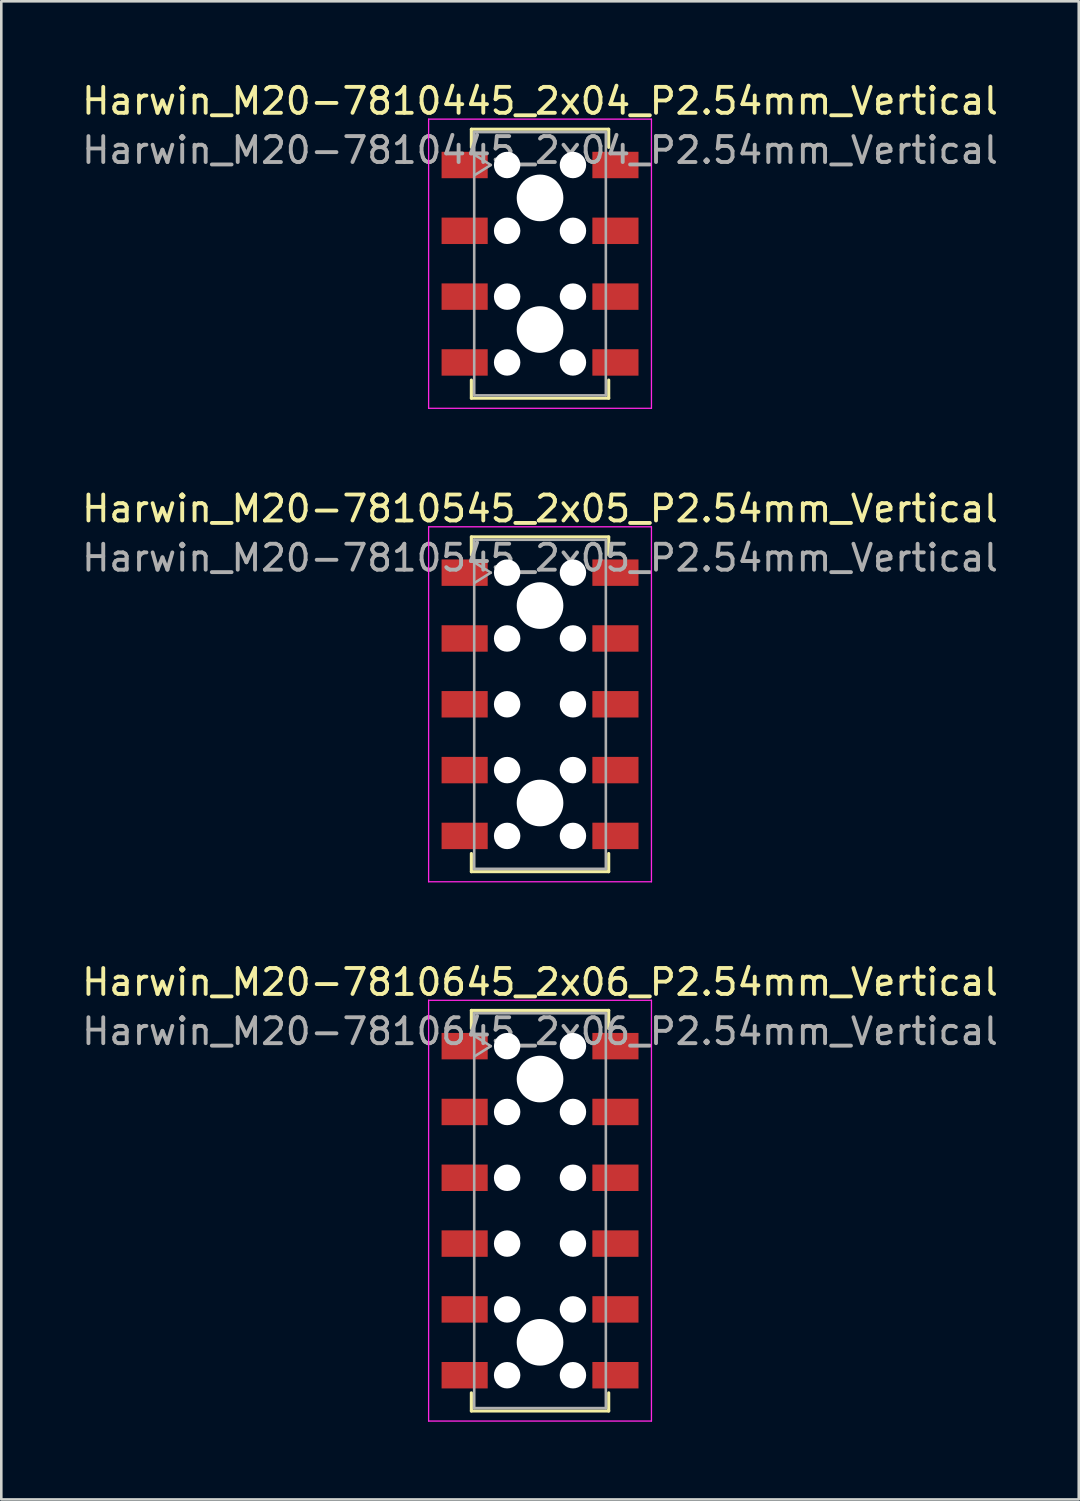
<source format=kicad_pcb>
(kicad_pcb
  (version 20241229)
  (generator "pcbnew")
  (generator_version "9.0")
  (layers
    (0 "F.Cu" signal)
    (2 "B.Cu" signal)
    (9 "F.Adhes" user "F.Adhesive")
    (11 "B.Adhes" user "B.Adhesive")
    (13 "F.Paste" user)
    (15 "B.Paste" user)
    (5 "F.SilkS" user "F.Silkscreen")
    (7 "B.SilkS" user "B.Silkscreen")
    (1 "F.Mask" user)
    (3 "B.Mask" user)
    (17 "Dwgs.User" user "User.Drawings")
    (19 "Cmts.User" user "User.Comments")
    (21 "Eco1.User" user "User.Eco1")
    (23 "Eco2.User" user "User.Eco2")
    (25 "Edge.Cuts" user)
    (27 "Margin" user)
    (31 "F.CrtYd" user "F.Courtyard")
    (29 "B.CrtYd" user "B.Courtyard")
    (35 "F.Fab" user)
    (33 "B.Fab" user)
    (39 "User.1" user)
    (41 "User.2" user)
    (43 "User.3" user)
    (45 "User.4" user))
  (footprint "Harwin_M20-7810545_2x05_P2.54mm_Vertical"
    (layer "F.Cu")
    (at 17.792 24.131)
    (property "Reference" "Harwin_M20-7810545_2x05_P2.54mm_Vertical" (at 0 -7.55 0) (layer "F.SilkS") (effects (font (size 1 1) (thickness 0.15))))
    (attr smd)
    (fp_line (start -2.65 -6.46) (end 2.65 -6.46) (stroke (width 0.12) (type solid)) (layer "F.SilkS"))
    (fp_line (start -2.65 -5.76) (end -2.65 -6.46) (stroke (width 0.12) (type solid)) (layer "F.SilkS"))
    (fp_line (start -2.65 5.76) (end -2.65 6.46) (stroke (width 0.12) (type solid)) (layer "F.SilkS"))
    (fp_line (start -2.65 6.46) (end 2.65 6.46) (stroke (width 0.12) (type solid)) (layer "F.SilkS"))
    (fp_line (start 2.65 -6.46) (end 2.65 -5.76) (stroke (width 0.12) (type solid)) (layer "F.SilkS"))
    (fp_line (start 2.65 6.46) (end 2.65 5.76) (stroke (width 0.12) (type solid)) (layer "F.SilkS"))
    (fp_line (start -4.3 -6.85) (end 4.3 -6.85) (stroke (width 0.05) (type solid)) (layer "F.CrtYd"))
    (fp_line (start -4.3 6.85) (end -4.3 -6.85) (stroke (width 0.05) (type solid)) (layer "F.CrtYd"))
    (fp_line (start 4.3 -6.85) (end 4.3 6.85) (stroke (width 0.05) (type solid)) (layer "F.CrtYd"))
    (fp_line (start 4.3 6.85) (end -4.3 6.85) (stroke (width 0.05) (type solid)) (layer "F.CrtYd"))
    (fp_line (start -2.54 -6.35) (end 2.54 -6.35) (stroke (width 0.1) (type solid)) (layer "F.Fab"))
    (fp_line (start -2.54 -5.48) (end -1.9 -5.08) (stroke (width 0.1) (type solid)) (layer "F.Fab"))
    (fp_line (start -2.54 6.35) (end -2.54 -6.35) (stroke (width 0.1) (type solid)) (layer "F.Fab"))
    (fp_line (start -1.9 -5.08) (end -2.54 -4.68) (stroke (width 0.1) (type solid)) (layer "F.Fab"))
    (fp_line (start 2.54 -6.35) (end 2.54 6.35) (stroke (width 0.1) (type solid)) (layer "F.Fab"))
    (fp_line (start 2.54 6.35) (end -2.54 6.35) (stroke (width 0.1) (type solid)) (layer "F.Fab"))
    (fp_text user "${REFERENCE}" (at 0 -5.65 0) (layer "F.Fab") (effects (font (size 1 1) (thickness 0.15))))
    (pad "" np_thru_hole circle (at -1.27 -5.08) (size 1.02 1.02) (drill 1.02) (layers "*.Cu" "*.Mask"))
    (pad "" np_thru_hole circle (at -1.27 -2.54) (size 1.02 1.02) (drill 1.02) (layers "*.Cu" "*.Mask"))
    (pad "" np_thru_hole circle (at -1.27 0) (size 1.02 1.02) (drill 1.02) (layers "*.Cu" "*.Mask"))
    (pad "" np_thru_hole circle (at -1.27 2.54) (size 1.02 1.02) (drill 1.02) (layers "*.Cu" "*.Mask"))
    (pad "" np_thru_hole circle (at -1.27 5.08) (size 1.02 1.02) (drill 1.02) (layers "*.Cu" "*.Mask"))
    (pad "" np_thru_hole circle (at 0 -3.81) (size 1.8 1.8) (drill 1.8) (layers "*.Cu" "*.Mask"))
    (pad "" np_thru_hole circle (at 0 3.81) (size 1.8 1.8) (drill 1.8) (layers "*.Cu" "*.Mask"))
    (pad "" np_thru_hole circle (at 1.27 -5.08) (size 1.02 1.02) (drill 1.02) (layers "*.Cu" "*.Mask"))
    (pad "" np_thru_hole circle (at 1.27 -2.54) (size 1.02 1.02) (drill 1.02) (layers "*.Cu" "*.Mask"))
    (pad "" np_thru_hole circle (at 1.27 0) (size 1.02 1.02) (drill 1.02) (layers "*.Cu" "*.Mask"))
    (pad "" np_thru_hole circle (at 1.27 2.54) (size 1.02 1.02) (drill 1.02) (layers "*.Cu" "*.Mask"))
    (pad "" np_thru_hole circle (at 1.27 5.08) (size 1.02 1.02) (drill 1.02) (layers "*.Cu" "*.Mask"))
    (pad "1" smd rect (at -2.91 -5.08) (size 1.78 1.02) (layers "F.Cu" "F.Mask" "F.Paste"))
    (pad "2" smd rect (at -2.91 -2.54) (size 1.78 1.02) (layers "F.Cu" "F.Mask" "F.Paste"))
    (pad "3" smd rect (at -2.91 0) (size 1.78 1.02) (layers "F.Cu" "F.Mask" "F.Paste"))
    (pad "4" smd rect (at -2.91 2.54) (size 1.78 1.02) (layers "F.Cu" "F.Mask" "F.Paste"))
    (pad "5" smd rect (at -2.91 5.08) (size 1.78 1.02) (layers "F.Cu" "F.Mask" "F.Paste"))
    (pad "6" smd rect (at 2.91 -5.08) (size 1.78 1.02) (layers "F.Cu" "F.Mask" "F.Paste"))
    (pad "7" smd rect (at 2.91 -2.54) (size 1.78 1.02) (layers "F.Cu" "F.Mask" "F.Paste"))
    (pad "8" smd rect (at 2.91 0) (size 1.78 1.02) (layers "F.Cu" "F.Mask" "F.Paste"))
    (pad "9" smd rect (at 2.91 2.54) (size 1.78 1.02) (layers "F.Cu" "F.Mask" "F.Paste"))
    (pad "10" smd rect (at 2.91 5.08) (size 1.78 1.02) (layers "F.Cu" "F.Mask" "F.Paste")))
  (footprint "Harwin_M20-7810645_2x06_P2.54mm_Vertical"
    (layer "F.Cu")
    (at 17.792 43.675)
    (property "Reference" "Harwin_M20-7810645_2x06_P2.54mm_Vertical" (at 0 -8.82 0) (layer "F.SilkS") (effects (font (size 1 1) (thickness 0.15))))
    (attr smd)
    (fp_line (start -2.65 -7.73) (end 2.65 -7.73) (stroke (width 0.12) (type solid)) (layer "F.SilkS"))
    (fp_line (start -2.65 -7.03) (end -2.65 -7.73) (stroke (width 0.12) (type solid)) (layer "F.SilkS"))
    (fp_line (start -2.65 7.03) (end -2.65 7.73) (stroke (width 0.12) (type solid)) (layer "F.SilkS"))
    (fp_line (start -2.65 7.73) (end 2.65 7.73) (stroke (width 0.12) (type solid)) (layer "F.SilkS"))
    (fp_line (start 2.65 -7.73) (end 2.65 -7.03) (stroke (width 0.12) (type solid)) (layer "F.SilkS"))
    (fp_line (start 2.65 7.73) (end 2.65 7.03) (stroke (width 0.12) (type solid)) (layer "F.SilkS"))
    (fp_line (start -4.3 -8.12) (end 4.3 -8.12) (stroke (width 0.05) (type solid)) (layer "F.CrtYd"))
    (fp_line (start -4.3 8.12) (end -4.3 -8.12) (stroke (width 0.05) (type solid)) (layer "F.CrtYd"))
    (fp_line (start 4.3 -8.12) (end 4.3 8.12) (stroke (width 0.05) (type solid)) (layer "F.CrtYd"))
    (fp_line (start 4.3 8.12) (end -4.3 8.12) (stroke (width 0.05) (type solid)) (layer "F.CrtYd"))
    (fp_line (start -2.54 -7.62) (end 2.54 -7.62) (stroke (width 0.1) (type solid)) (layer "F.Fab"))
    (fp_line (start -2.54 -6.75) (end -1.9 -6.35) (stroke (width 0.1) (type solid)) (layer "F.Fab"))
    (fp_line (start -2.54 7.62) (end -2.54 -7.62) (stroke (width 0.1) (type solid)) (layer "F.Fab"))
    (fp_line (start -1.9 -6.35) (end -2.54 -5.95) (stroke (width 0.1) (type solid)) (layer "F.Fab"))
    (fp_line (start 2.54 -7.62) (end 2.54 7.62) (stroke (width 0.1) (type solid)) (layer "F.Fab"))
    (fp_line (start 2.54 7.62) (end -2.54 7.62) (stroke (width 0.1) (type solid)) (layer "F.Fab"))
    (fp_text user "${REFERENCE}" (at 0 -6.92 0) (layer "F.Fab") (effects (font (size 1 1) (thickness 0.15))))
    (pad "" np_thru_hole circle (at -1.27 -6.35) (size 1.02 1.02) (drill 1.02) (layers "*.Cu" "*.Mask"))
    (pad "" np_thru_hole circle (at -1.27 -3.81) (size 1.02 1.02) (drill 1.02) (layers "*.Cu" "*.Mask"))
    (pad "" np_thru_hole circle (at -1.27 -1.27) (size 1.02 1.02) (drill 1.02) (layers "*.Cu" "*.Mask"))
    (pad "" np_thru_hole circle (at -1.27 1.27) (size 1.02 1.02) (drill 1.02) (layers "*.Cu" "*.Mask"))
    (pad "" np_thru_hole circle (at -1.27 3.81) (size 1.02 1.02) (drill 1.02) (layers "*.Cu" "*.Mask"))
    (pad "" np_thru_hole circle (at -1.27 6.35) (size 1.02 1.02) (drill 1.02) (layers "*.Cu" "*.Mask"))
    (pad "" np_thru_hole circle (at 0 -5.08) (size 1.8 1.8) (drill 1.8) (layers "*.Cu" "*.Mask"))
    (pad "" np_thru_hole circle (at 0 5.08) (size 1.8 1.8) (drill 1.8) (layers "*.Cu" "*.Mask"))
    (pad "" np_thru_hole circle (at 1.27 -6.35) (size 1.02 1.02) (drill 1.02) (layers "*.Cu" "*.Mask"))
    (pad "" np_thru_hole circle (at 1.27 -3.81) (size 1.02 1.02) (drill 1.02) (layers "*.Cu" "*.Mask"))
    (pad "" np_thru_hole circle (at 1.27 -1.27) (size 1.02 1.02) (drill 1.02) (layers "*.Cu" "*.Mask"))
    (pad "" np_thru_hole circle (at 1.27 1.27) (size 1.02 1.02) (drill 1.02) (layers "*.Cu" "*.Mask"))
    (pad "" np_thru_hole circle (at 1.27 3.81) (size 1.02 1.02) (drill 1.02) (layers "*.Cu" "*.Mask"))
    (pad "" np_thru_hole circle (at 1.27 6.35) (size 1.02 1.02) (drill 1.02) (layers "*.Cu" "*.Mask"))
    (pad "1" smd rect (at -2.91 -6.35) (size 1.78 1.02) (layers "F.Cu" "F.Mask" "F.Paste"))
    (pad "2" smd rect (at -2.91 -3.81) (size 1.78 1.02) (layers "F.Cu" "F.Mask" "F.Paste"))
    (pad "3" smd rect (at -2.91 -1.27) (size 1.78 1.02) (layers "F.Cu" "F.Mask" "F.Paste"))
    (pad "4" smd rect (at -2.91 1.27) (size 1.78 1.02) (layers "F.Cu" "F.Mask" "F.Paste"))
    (pad "5" smd rect (at -2.91 3.81) (size 1.78 1.02) (layers "F.Cu" "F.Mask" "F.Paste"))
    (pad "6" smd rect (at -2.91 6.35) (size 1.78 1.02) (layers "F.Cu" "F.Mask" "F.Paste"))
    (pad "7" smd rect (at 2.91 -6.35) (size 1.78 1.02) (layers "F.Cu" "F.Mask" "F.Paste"))
    (pad "8" smd rect (at 2.91 -3.81) (size 1.78 1.02) (layers "F.Cu" "F.Mask" "F.Paste"))
    (pad "9" smd rect (at 2.91 -1.27) (size 1.78 1.02) (layers "F.Cu" "F.Mask" "F.Paste"))
    (pad "10" smd rect (at 2.91 1.27) (size 1.78 1.02) (layers "F.Cu" "F.Mask" "F.Paste"))
    (pad "11" smd rect (at 2.91 3.81) (size 1.78 1.02) (layers "F.Cu" "F.Mask" "F.Paste"))
    (pad "12" smd rect (at 2.91 6.35) (size 1.78 1.02) (layers "F.Cu" "F.Mask" "F.Paste")))
  (footprint "Harwin_M20-7810445_2x04_P2.54mm_Vertical"
    (layer "F.Cu")
    (at 17.792 7.128)
    (property "Reference" "Harwin_M20-7810445_2x04_P2.54mm_Vertical" (at 0 -6.28 0) (layer "F.SilkS") (effects (font (size 1 1) (thickness 0.15))))
    (attr smd)
    (fp_line (start -2.65 -5.19) (end 2.65 -5.19) (stroke (width 0.12) (type solid)) (layer "F.SilkS"))
    (fp_line (start -2.65 -4.49) (end -2.65 -5.19) (stroke (width 0.12) (type solid)) (layer "F.SilkS"))
    (fp_line (start -2.65 4.49) (end -2.65 5.19) (stroke (width 0.12) (type solid)) (layer "F.SilkS"))
    (fp_line (start -2.65 5.19) (end 2.65 5.19) (stroke (width 0.12) (type solid)) (layer "F.SilkS"))
    (fp_line (start 2.65 -5.19) (end 2.65 -4.49) (stroke (width 0.12) (type solid)) (layer "F.SilkS"))
    (fp_line (start 2.65 5.19) (end 2.65 4.49) (stroke (width 0.12) (type solid)) (layer "F.SilkS"))
    (fp_line (start -4.3 -5.58) (end 4.3 -5.58) (stroke (width 0.05) (type solid)) (layer "F.CrtYd"))
    (fp_line (start -4.3 5.58) (end -4.3 -5.58) (stroke (width 0.05) (type solid)) (layer "F.CrtYd"))
    (fp_line (start 4.3 -5.58) (end 4.3 5.58) (stroke (width 0.05) (type solid)) (layer "F.CrtYd"))
    (fp_line (start 4.3 5.58) (end -4.3 5.58) (stroke (width 0.05) (type solid)) (layer "F.CrtYd"))
    (fp_line (start -2.54 -5.08) (end 2.54 -5.08) (stroke (width 0.1) (type solid)) (layer "F.Fab"))
    (fp_line (start -2.54 -4.21) (end -1.9 -3.81) (stroke (width 0.1) (type solid)) (layer "F.Fab"))
    (fp_line (start -2.54 5.08) (end -2.54 -5.08) (stroke (width 0.1) (type solid)) (layer "F.Fab"))
    (fp_line (start -1.9 -3.81) (end -2.54 -3.41) (stroke (width 0.1) (type solid)) (layer "F.Fab"))
    (fp_line (start 2.54 -5.08) (end 2.54 5.08) (stroke (width 0.1) (type solid)) (layer "F.Fab"))
    (fp_line (start 2.54 5.08) (end -2.54 5.08) (stroke (width 0.1) (type solid)) (layer "F.Fab"))
    (fp_text user "${REFERENCE}" (at 0 -4.38 0) (layer "F.Fab") (effects (font (size 1 1) (thickness 0.15))))
    (pad "" np_thru_hole circle (at -1.27 -3.81) (size 1.02 1.02) (drill 1.02) (layers "*.Cu" "*.Mask"))
    (pad "" np_thru_hole circle (at -1.27 -1.27) (size 1.02 1.02) (drill 1.02) (layers "*.Cu" "*.Mask"))
    (pad "" np_thru_hole circle (at -1.27 1.27) (size 1.02 1.02) (drill 1.02) (layers "*.Cu" "*.Mask"))
    (pad "" np_thru_hole circle (at -1.27 3.81) (size 1.02 1.02) (drill 1.02) (layers "*.Cu" "*.Mask"))
    (pad "" np_thru_hole circle (at 0 -2.54) (size 1.8 1.8) (drill 1.8) (layers "*.Cu" "*.Mask"))
    (pad "" np_thru_hole circle (at 0 2.54) (size 1.8 1.8) (drill 1.8) (layers "*.Cu" "*.Mask"))
    (pad "" np_thru_hole circle (at 1.27 -3.81) (size 1.02 1.02) (drill 1.02) (layers "*.Cu" "*.Mask"))
    (pad "" np_thru_hole circle (at 1.27 -1.27) (size 1.02 1.02) (drill 1.02) (layers "*.Cu" "*.Mask"))
    (pad "" np_thru_hole circle (at 1.27 1.27) (size 1.02 1.02) (drill 1.02) (layers "*.Cu" "*.Mask"))
    (pad "" np_thru_hole circle (at 1.27 3.81) (size 1.02 1.02) (drill 1.02) (layers "*.Cu" "*.Mask"))
    (pad "1" smd rect (at -2.91 -3.81) (size 1.78 1.02) (layers "F.Cu" "F.Mask" "F.Paste"))
    (pad "2" smd rect (at -2.91 -1.27) (size 1.78 1.02) (layers "F.Cu" "F.Mask" "F.Paste"))
    (pad "3" smd rect (at -2.91 1.27) (size 1.78 1.02) (layers "F.Cu" "F.Mask" "F.Paste"))
    (pad "4" smd rect (at -2.91 3.81) (size 1.78 1.02) (layers "F.Cu" "F.Mask" "F.Paste"))
    (pad "5" smd rect (at 2.91 -3.81) (size 1.78 1.02) (layers "F.Cu" "F.Mask" "F.Paste"))
    (pad "6" smd rect (at 2.91 -1.27) (size 1.78 1.02) (layers "F.Cu" "F.Mask" "F.Paste"))
    (pad "7" smd rect (at 2.91 1.27) (size 1.78 1.02) (layers "F.Cu" "F.Mask" "F.Paste"))
    (pad "8" smd rect (at 2.91 3.81) (size 1.78 1.02) (layers "F.Cu" "F.Mask" "F.Paste")))
  (gr_rect
    (start -3 -3)
    (end 38.583 54.82)
    (stroke (width 0.1) (type default))
    (fill no)
    (layer "Edge.Cuts")))
</source>
